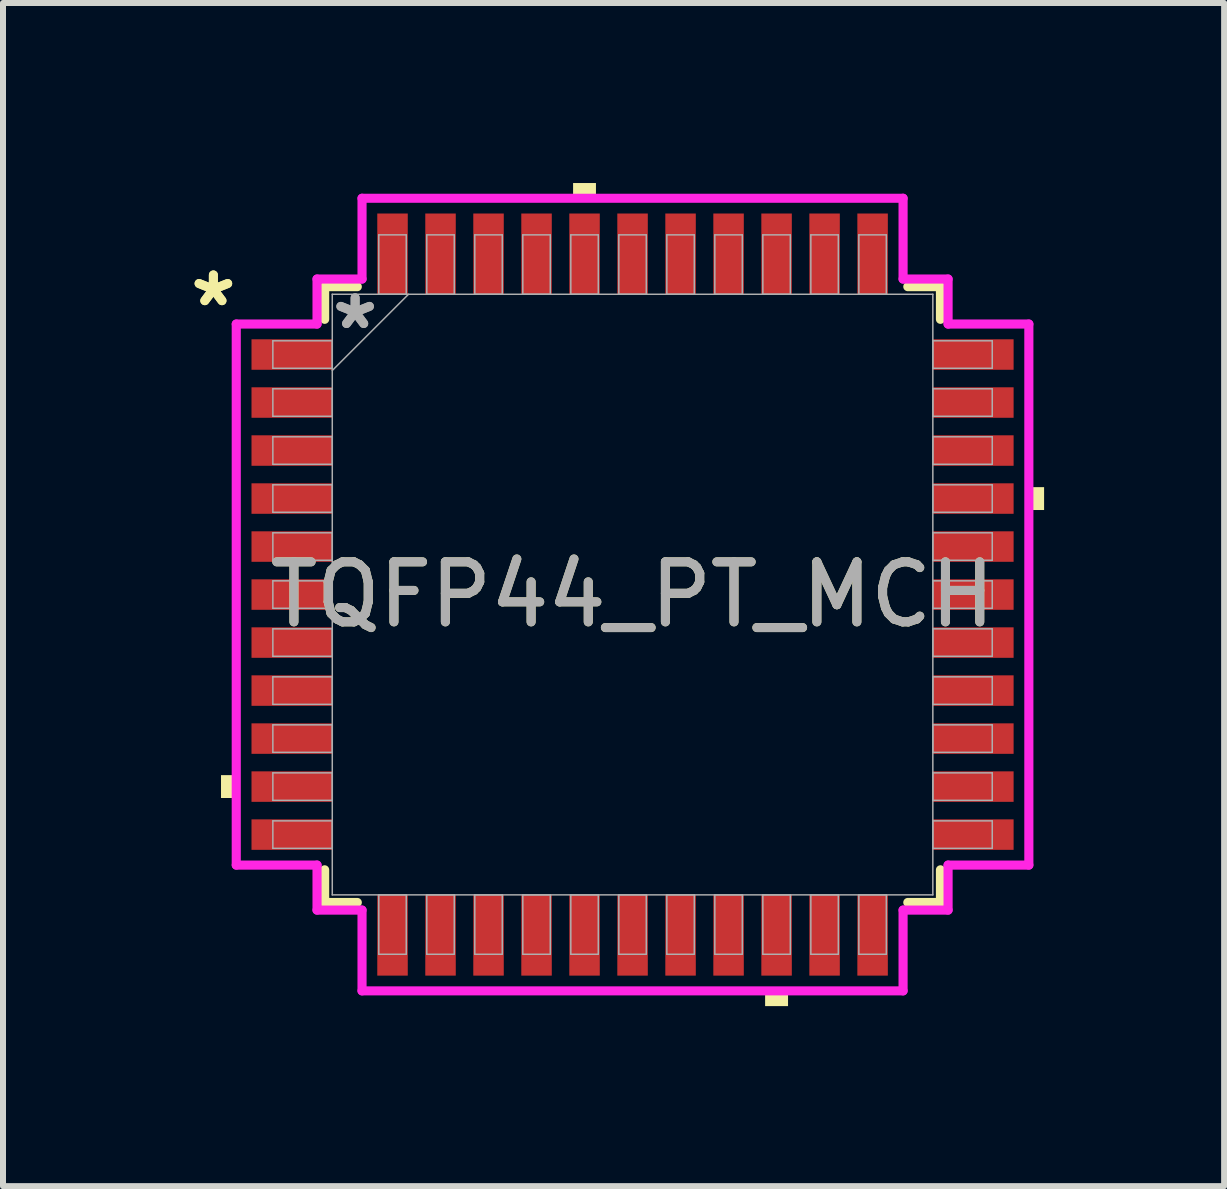
<source format=kicad_pcb>
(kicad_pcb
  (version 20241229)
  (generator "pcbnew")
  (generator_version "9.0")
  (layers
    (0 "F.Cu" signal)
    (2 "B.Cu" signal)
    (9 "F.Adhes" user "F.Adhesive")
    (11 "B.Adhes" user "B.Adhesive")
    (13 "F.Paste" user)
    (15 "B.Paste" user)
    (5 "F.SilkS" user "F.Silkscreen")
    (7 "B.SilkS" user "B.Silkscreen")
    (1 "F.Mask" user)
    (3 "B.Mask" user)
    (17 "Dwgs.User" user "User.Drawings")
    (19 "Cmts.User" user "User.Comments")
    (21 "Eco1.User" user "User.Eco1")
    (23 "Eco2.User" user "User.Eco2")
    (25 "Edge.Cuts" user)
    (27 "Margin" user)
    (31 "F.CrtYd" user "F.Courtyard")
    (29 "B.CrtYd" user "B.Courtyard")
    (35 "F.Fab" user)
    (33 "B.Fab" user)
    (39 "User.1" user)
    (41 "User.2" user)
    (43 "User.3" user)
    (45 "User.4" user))
  (footprint "TQFP44_PT_MCH"
    (layer "F.Cu")
    (at 7.491 6.858)
    (property "Reference" "TQFP44_PT_MCH" (at 0 0 0) (unlocked yes) (layer "F.SilkS") (effects (font (size 1 1) (thickness 0.15))))
    (attr smd)
    (fp_line (start -5.131 -5.131) (end -5.131 -4.587) (stroke (width 0.152) (type solid)) (layer "F.SilkS"))
    (fp_line (start -5.131 4.587) (end -5.131 5.131) (stroke (width 0.152) (type solid)) (layer "F.SilkS"))
    (fp_line (start -5.131 5.131) (end -4.587 5.131) (stroke (width 0.152) (type solid)) (layer "F.SilkS"))
    (fp_line (start -4.587 -5.131) (end -5.131 -5.131) (stroke (width 0.152) (type solid)) (layer "F.SilkS"))
    (fp_line (start 4.587 5.131) (end 5.131 5.131) (stroke (width 0.152) (type solid)) (layer "F.SilkS"))
    (fp_line (start 5.131 -5.131) (end 4.587 -5.131) (stroke (width 0.152) (type solid)) (layer "F.SilkS"))
    (fp_line (start 5.131 -4.587) (end 5.131 -5.131) (stroke (width 0.152) (type solid)) (layer "F.SilkS"))
    (fp_line (start 5.131 5.131) (end 5.131 4.587) (stroke (width 0.152) (type solid)) (layer "F.SilkS"))
    (fp_poly (pts (xy -6.858 3.009) (xy -6.858 3.39) (xy -6.604 3.39) (xy -6.604 3.009)) (stroke (width 0) (type solid)) (fill yes) (layer "F.SilkS"))
    (fp_poly (pts (xy -0.991 -6.604) (xy -0.991 -6.858) (xy -0.61 -6.858) (xy -0.61 -6.604)) (stroke (width 0) (type solid)) (fill yes) (layer "F.SilkS"))
    (fp_poly (pts (xy 2.209 6.604) (xy 2.209 6.858) (xy 2.591 6.858) (xy 2.591 6.604)) (stroke (width 0) (type solid)) (fill yes) (layer "F.SilkS"))
    (fp_poly (pts (xy 6.858 -1.79) (xy 6.858 -1.409) (xy 6.604 -1.409) (xy 6.604 -1.79)) (stroke (width 0) (type solid)) (fill yes) (layer "F.SilkS"))
    (fp_line (start -6.604 -4.508) (end -5.258 -4.508) (stroke (width 0.152) (type solid)) (layer "F.CrtYd"))
    (fp_line (start -6.604 4.508) (end -6.604 -4.508) (stroke (width 0.152) (type solid)) (layer "F.CrtYd"))
    (fp_line (start -5.258 -5.258) (end -4.508 -5.258) (stroke (width 0.152) (type solid)) (layer "F.CrtYd"))
    (fp_line (start -5.258 -4.508) (end -5.258 -5.258) (stroke (width 0.152) (type solid)) (layer "F.CrtYd"))
    (fp_line (start -5.258 4.508) (end -6.604 4.508) (stroke (width 0.152) (type solid)) (layer "F.CrtYd"))
    (fp_line (start -5.258 5.258) (end -5.258 4.508) (stroke (width 0.152) (type solid)) (layer "F.CrtYd"))
    (fp_line (start -5.258 5.258) (end -4.508 5.258) (stroke (width 0.152) (type solid)) (layer "F.CrtYd"))
    (fp_line (start -4.508 -6.604) (end 4.508 -6.604) (stroke (width 0.152) (type solid)) (layer "F.CrtYd"))
    (fp_line (start -4.508 -5.258) (end -4.508 -6.604) (stroke (width 0.152) (type solid)) (layer "F.CrtYd"))
    (fp_line (start -4.508 5.258) (end -4.508 6.604) (stroke (width 0.152) (type solid)) (layer "F.CrtYd"))
    (fp_line (start -4.508 6.604) (end 4.508 6.604) (stroke (width 0.152) (type solid)) (layer "F.CrtYd"))
    (fp_line (start 4.508 -6.604) (end 4.508 -5.258) (stroke (width 0.152) (type solid)) (layer "F.CrtYd"))
    (fp_line (start 4.508 -5.258) (end 5.258 -5.258) (stroke (width 0.152) (type solid)) (layer "F.CrtYd"))
    (fp_line (start 4.508 5.258) (end 5.258 5.258) (stroke (width 0.152) (type solid)) (layer "F.CrtYd"))
    (fp_line (start 4.508 6.604) (end 4.508 5.258) (stroke (width 0.152) (type solid)) (layer "F.CrtYd"))
    (fp_line (start 5.258 -4.508) (end 5.258 -5.258) (stroke (width 0.152) (type solid)) (layer "F.CrtYd"))
    (fp_line (start 5.258 4.508) (end 6.604 4.508) (stroke (width 0.152) (type solid)) (layer "F.CrtYd"))
    (fp_line (start 5.258 5.258) (end 5.258 4.508) (stroke (width 0.152) (type solid)) (layer "F.CrtYd"))
    (fp_line (start 6.604 -4.508) (end 5.258 -4.508) (stroke (width 0.152) (type solid)) (layer "F.CrtYd"))
    (fp_line (start 6.604 4.508) (end 6.604 -4.508) (stroke (width 0.152) (type solid)) (layer "F.CrtYd"))
    (fp_line (start -5.994 -4.229) (end -5.994 -3.771) (stroke (width 0.025) (type solid)) (layer "F.Fab"))
    (fp_line (start -5.994 -3.771) (end -5.004 -3.771) (stroke (width 0.025) (type solid)) (layer "F.Fab"))
    (fp_line (start -5.994 -3.429) (end -5.994 -2.971) (stroke (width 0.025) (type solid)) (layer "F.Fab"))
    (fp_line (start -5.994 -2.971) (end -5.004 -2.971) (stroke (width 0.025) (type solid)) (layer "F.Fab"))
    (fp_line (start -5.994 -2.629) (end -5.994 -2.171) (stroke (width 0.025) (type solid)) (layer "F.Fab"))
    (fp_line (start -5.994 -2.171) (end -5.004 -2.171) (stroke (width 0.025) (type solid)) (layer "F.Fab"))
    (fp_line (start -5.994 -1.829) (end -5.994 -1.371) (stroke (width 0.025) (type solid)) (layer "F.Fab"))
    (fp_line (start -5.994 -1.371) (end -5.004 -1.371) (stroke (width 0.025) (type solid)) (layer "F.Fab"))
    (fp_line (start -5.994 -1.029) (end -5.994 -0.571) (stroke (width 0.025) (type solid)) (layer "F.Fab"))
    (fp_line (start -5.994 -0.571) (end -5.004 -0.571) (stroke (width 0.025) (type solid)) (layer "F.Fab"))
    (fp_line (start -5.994 -0.229) (end -5.994 0.229) (stroke (width 0.025) (type solid)) (layer "F.Fab"))
    (fp_line (start -5.994 0.229) (end -5.004 0.229) (stroke (width 0.025) (type solid)) (layer "F.Fab"))
    (fp_line (start -5.994 0.571) (end -5.994 1.029) (stroke (width 0.025) (type solid)) (layer "F.Fab"))
    (fp_line (start -5.994 1.029) (end -5.004 1.029) (stroke (width 0.025) (type solid)) (layer "F.Fab"))
    (fp_line (start -5.994 1.371) (end -5.994 1.829) (stroke (width 0.025) (type solid)) (layer "F.Fab"))
    (fp_line (start -5.994 1.829) (end -5.004 1.829) (stroke (width 0.025) (type solid)) (layer "F.Fab"))
    (fp_line (start -5.994 2.171) (end -5.994 2.629) (stroke (width 0.025) (type solid)) (layer "F.Fab"))
    (fp_line (start -5.994 2.629) (end -5.004 2.629) (stroke (width 0.025) (type solid)) (layer "F.Fab"))
    (fp_line (start -5.994 2.971) (end -5.994 3.429) (stroke (width 0.025) (type solid)) (layer "F.Fab"))
    (fp_line (start -5.994 3.429) (end -5.004 3.429) (stroke (width 0.025) (type solid)) (layer "F.Fab"))
    (fp_line (start -5.994 3.771) (end -5.994 4.229) (stroke (width 0.025) (type solid)) (layer "F.Fab"))
    (fp_line (start -5.994 4.229) (end -5.004 4.229) (stroke (width 0.025) (type solid)) (layer "F.Fab"))
    (fp_line (start -5.004 -5.004) (end -5.004 5.004) (stroke (width 0.025) (type solid)) (layer "F.Fab"))
    (fp_line (start -5.004 -4.229) (end -5.994 -4.229) (stroke (width 0.025) (type solid)) (layer "F.Fab"))
    (fp_line (start -5.004 -3.771) (end -5.004 -4.229) (stroke (width 0.025) (type solid)) (layer "F.Fab"))
    (fp_line (start -5.004 -3.734) (end -3.734 -5.004) (stroke (width 0.025) (type solid)) (layer "F.Fab"))
    (fp_line (start -5.004 -3.429) (end -5.994 -3.429) (stroke (width 0.025) (type solid)) (layer "F.Fab"))
    (fp_line (start -5.004 -2.971) (end -5.004 -3.429) (stroke (width 0.025) (type solid)) (layer "F.Fab"))
    (fp_line (start -5.004 -2.629) (end -5.994 -2.629) (stroke (width 0.025) (type solid)) (layer "F.Fab"))
    (fp_line (start -5.004 -2.171) (end -5.004 -2.629) (stroke (width 0.025) (type solid)) (layer "F.Fab"))
    (fp_line (start -5.004 -1.829) (end -5.994 -1.829) (stroke (width 0.025) (type solid)) (layer "F.Fab"))
    (fp_line (start -5.004 -1.371) (end -5.004 -1.829) (stroke (width 0.025) (type solid)) (layer "F.Fab"))
    (fp_line (start -5.004 -1.029) (end -5.994 -1.029) (stroke (width 0.025) (type solid)) (layer "F.Fab"))
    (fp_line (start -5.004 -0.571) (end -5.004 -1.029) (stroke (width 0.025) (type solid)) (layer "F.Fab"))
    (fp_line (start -5.004 -0.229) (end -5.994 -0.229) (stroke (width 0.025) (type solid)) (layer "F.Fab"))
    (fp_line (start -5.004 0.229) (end -5.004 -0.229) (stroke (width 0.025) (type solid)) (layer "F.Fab"))
    (fp_line (start -5.004 0.571) (end -5.994 0.571) (stroke (width 0.025) (type solid)) (layer "F.Fab"))
    (fp_line (start -5.004 1.029) (end -5.004 0.571) (stroke (width 0.025) (type solid)) (layer "F.Fab"))
    (fp_line (start -5.004 1.371) (end -5.994 1.371) (stroke (width 0.025) (type solid)) (layer "F.Fab"))
    (fp_line (start -5.004 1.829) (end -5.004 1.371) (stroke (width 0.025) (type solid)) (layer "F.Fab"))
    (fp_line (start -5.004 2.171) (end -5.994 2.171) (stroke (width 0.025) (type solid)) (layer "F.Fab"))
    (fp_line (start -5.004 2.629) (end -5.004 2.171) (stroke (width 0.025) (type solid)) (layer "F.Fab"))
    (fp_line (start -5.004 2.971) (end -5.994 2.971) (stroke (width 0.025) (type solid)) (layer "F.Fab"))
    (fp_line (start -5.004 3.429) (end -5.004 2.971) (stroke (width 0.025) (type solid)) (layer "F.Fab"))
    (fp_line (start -5.004 3.771) (end -5.994 3.771) (stroke (width 0.025) (type solid)) (layer "F.Fab"))
    (fp_line (start -5.004 4.229) (end -5.004 3.771) (stroke (width 0.025) (type solid)) (layer "F.Fab"))
    (fp_line (start -5.004 5.004) (end 5.004 5.004) (stroke (width 0.025) (type solid)) (layer "F.Fab"))
    (fp_line (start -4.229 5.004) (end -4.229 5.994) (stroke (width 0.025) (type solid)) (layer "F.Fab"))
    (fp_line (start -4.229 5.994) (end -3.771 5.994) (stroke (width 0.025) (type solid)) (layer "F.Fab"))
    (fp_line (start -4.229 -5.994) (end -4.229 -5.004) (stroke (width 0.025) (type solid)) (layer "F.Fab"))
    (fp_line (start -4.229 -5.004) (end -3.771 -5.004) (stroke (width 0.025) (type solid)) (layer "F.Fab"))
    (fp_line (start -3.771 5.004) (end -4.229 5.004) (stroke (width 0.025) (type solid)) (layer "F.Fab"))
    (fp_line (start -3.771 5.994) (end -3.771 5.004) (stroke (width 0.025) (type solid)) (layer "F.Fab"))
    (fp_line (start -3.771 -5.994) (end -4.229 -5.994) (stroke (width 0.025) (type solid)) (layer "F.Fab"))
    (fp_line (start -3.771 -5.004) (end -3.771 -5.994) (stroke (width 0.025) (type solid)) (layer "F.Fab"))
    (fp_line (start -3.429 -5.994) (end -3.429 -5.004) (stroke (width 0.025) (type solid)) (layer "F.Fab"))
    (fp_line (start -3.429 -5.004) (end -2.971 -5.004) (stroke (width 0.025) (type solid)) (layer "F.Fab"))
    (fp_line (start -3.429 5.004) (end -3.429 5.994) (stroke (width 0.025) (type solid)) (layer "F.Fab"))
    (fp_line (start -3.429 5.994) (end -2.971 5.994) (stroke (width 0.025) (type solid)) (layer "F.Fab"))
    (fp_line (start -2.971 -5.994) (end -3.429 -5.994) (stroke (width 0.025) (type solid)) (layer "F.Fab"))
    (fp_line (start -2.971 -5.004) (end -2.971 -5.994) (stroke (width 0.025) (type solid)) (layer "F.Fab"))
    (fp_line (start -2.971 5.004) (end -3.429 5.004) (stroke (width 0.025) (type solid)) (layer "F.Fab"))
    (fp_line (start -2.971 5.994) (end -2.971 5.004) (stroke (width 0.025) (type solid)) (layer "F.Fab"))
    (fp_line (start -2.629 -5.994) (end -2.629 -5.004) (stroke (width 0.025) (type solid)) (layer "F.Fab"))
    (fp_line (start -2.629 -5.004) (end -2.171 -5.004) (stroke (width 0.025) (type solid)) (layer "F.Fab"))
    (fp_line (start -2.629 5.004) (end -2.629 5.994) (stroke (width 0.025) (type solid)) (layer "F.Fab"))
    (fp_line (start -2.629 5.994) (end -2.171 5.994) (stroke (width 0.025) (type solid)) (layer "F.Fab"))
    (fp_line (start -2.171 -5.994) (end -2.629 -5.994) (stroke (width 0.025) (type solid)) (layer "F.Fab"))
    (fp_line (start -2.171 -5.004) (end -2.171 -5.994) (stroke (width 0.025) (type solid)) (layer "F.Fab"))
    (fp_line (start -2.171 5.004) (end -2.629 5.004) (stroke (width 0.025) (type solid)) (layer "F.Fab"))
    (fp_line (start -2.171 5.994) (end -2.171 5.004) (stroke (width 0.025) (type solid)) (layer "F.Fab"))
    (fp_line (start -1.829 -5.994) (end -1.829 -5.004) (stroke (width 0.025) (type solid)) (layer "F.Fab"))
    (fp_line (start -1.829 -5.004) (end -1.371 -5.004) (stroke (width 0.025) (type solid)) (layer "F.Fab"))
    (fp_line (start -1.829 5.004) (end -1.829 5.994) (stroke (width 0.025) (type solid)) (layer "F.Fab"))
    (fp_line (start -1.829 5.994) (end -1.371 5.994) (stroke (width 0.025) (type solid)) (layer "F.Fab"))
    (fp_line (start -1.371 -5.994) (end -1.829 -5.994) (stroke (width 0.025) (type solid)) (layer "F.Fab"))
    (fp_line (start -1.371 -5.004) (end -1.371 -5.994) (stroke (width 0.025) (type solid)) (layer "F.Fab"))
    (fp_line (start -1.371 5.004) (end -1.829 5.004) (stroke (width 0.025) (type solid)) (layer "F.Fab"))
    (fp_line (start -1.371 5.994) (end -1.371 5.004) (stroke (width 0.025) (type solid)) (layer "F.Fab"))
    (fp_line (start -1.029 -5.994) (end -1.029 -5.004) (stroke (width 0.025) (type solid)) (layer "F.Fab"))
    (fp_line (start -1.029 -5.004) (end -0.571 -5.004) (stroke (width 0.025) (type solid)) (layer "F.Fab"))
    (fp_line (start -1.029 5.004) (end -1.029 5.994) (stroke (width 0.025) (type solid)) (layer "F.Fab"))
    (fp_line (start -1.029 5.994) (end -0.571 5.994) (stroke (width 0.025) (type solid)) (layer "F.Fab"))
    (fp_line (start -0.571 -5.994) (end -1.029 -5.994) (stroke (width 0.025) (type solid)) (layer "F.Fab"))
    (fp_line (start -0.571 -5.004) (end -0.571 -5.994) (stroke (width 0.025) (type solid)) (layer "F.Fab"))
    (fp_line (start -0.571 5.004) (end -1.029 5.004) (stroke (width 0.025) (type solid)) (layer "F.Fab"))
    (fp_line (start -0.571 5.994) (end -0.571 5.004) (stroke (width 0.025) (type solid)) (layer "F.Fab"))
    (fp_line (start -0.229 -5.994) (end -0.229 -5.004) (stroke (width 0.025) (type solid)) (layer "F.Fab"))
    (fp_line (start -0.229 -5.004) (end 0.229 -5.004) (stroke (width 0.025) (type solid)) (layer "F.Fab"))
    (fp_line (start -0.229 5.004) (end -0.229 5.994) (stroke (width 0.025) (type solid)) (layer "F.Fab"))
    (fp_line (start -0.229 5.994) (end 0.229 5.994) (stroke (width 0.025) (type solid)) (layer "F.Fab"))
    (fp_line (start 0.229 -5.994) (end -0.229 -5.994) (stroke (width 0.025) (type solid)) (layer "F.Fab"))
    (fp_line (start 0.229 -5.004) (end 0.229 -5.994) (stroke (width 0.025) (type solid)) (layer "F.Fab"))
    (fp_line (start 0.229 5.004) (end -0.229 5.004) (stroke (width 0.025) (type solid)) (layer "F.Fab"))
    (fp_line (start 0.229 5.994) (end 0.229 5.004) (stroke (width 0.025) (type solid)) (layer "F.Fab"))
    (fp_line (start 0.571 -5.994) (end 0.571 -5.004) (stroke (width 0.025) (type solid)) (layer "F.Fab"))
    (fp_line (start 0.571 -5.004) (end 1.029 -5.004) (stroke (width 0.025) (type solid)) (layer "F.Fab"))
    (fp_line (start 0.571 5.004) (end 0.571 5.994) (stroke (width 0.025) (type solid)) (layer "F.Fab"))
    (fp_line (start 0.571 5.994) (end 1.029 5.994) (stroke (width 0.025) (type solid)) (layer "F.Fab"))
    (fp_line (start 1.029 -5.994) (end 0.571 -5.994) (stroke (width 0.025) (type solid)) (layer "F.Fab"))
    (fp_line (start 1.029 -5.004) (end 1.029 -5.994) (stroke (width 0.025) (type solid)) (layer "F.Fab"))
    (fp_line (start 1.029 5.004) (end 0.571 5.004) (stroke (width 0.025) (type solid)) (layer "F.Fab"))
    (fp_line (start 1.029 5.994) (end 1.029 5.004) (stroke (width 0.025) (type solid)) (layer "F.Fab"))
    (fp_line (start 1.371 -5.994) (end 1.371 -5.004) (stroke (width 0.025) (type solid)) (layer "F.Fab"))
    (fp_line (start 1.371 -5.004) (end 1.829 -5.004) (stroke (width 0.025) (type solid)) (layer "F.Fab"))
    (fp_line (start 1.371 5.004) (end 1.371 5.994) (stroke (width 0.025) (type solid)) (layer "F.Fab"))
    (fp_line (start 1.371 5.994) (end 1.829 5.994) (stroke (width 0.025) (type solid)) (layer "F.Fab"))
    (fp_line (start 1.829 -5.994) (end 1.371 -5.994) (stroke (width 0.025) (type solid)) (layer "F.Fab"))
    (fp_line (start 1.829 -5.004) (end 1.829 -5.994) (stroke (width 0.025) (type solid)) (layer "F.Fab"))
    (fp_line (start 1.829 5.004) (end 1.371 5.004) (stroke (width 0.025) (type solid)) (layer "F.Fab"))
    (fp_line (start 1.829 5.994) (end 1.829 5.004) (stroke (width 0.025) (type solid)) (layer "F.Fab"))
    (fp_line (start 2.171 -5.994) (end 2.171 -5.004) (stroke (width 0.025) (type solid)) (layer "F.Fab"))
    (fp_line (start 2.171 -5.004) (end 2.629 -5.004) (stroke (width 0.025) (type solid)) (layer "F.Fab"))
    (fp_line (start 2.171 5.004) (end 2.171 5.994) (stroke (width 0.025) (type solid)) (layer "F.Fab"))
    (fp_line (start 2.171 5.994) (end 2.629 5.994) (stroke (width 0.025) (type solid)) (layer "F.Fab"))
    (fp_line (start 2.629 -5.994) (end 2.171 -5.994) (stroke (width 0.025) (type solid)) (layer "F.Fab"))
    (fp_line (start 2.629 -5.004) (end 2.629 -5.994) (stroke (width 0.025) (type solid)) (layer "F.Fab"))
    (fp_line (start 2.629 5.004) (end 2.171 5.004) (stroke (width 0.025) (type solid)) (layer "F.Fab"))
    (fp_line (start 2.629 5.994) (end 2.629 5.004) (stroke (width 0.025) (type solid)) (layer "F.Fab"))
    (fp_line (start 2.971 -5.994) (end 2.971 -5.004) (stroke (width 0.025) (type solid)) (layer "F.Fab"))
    (fp_line (start 2.971 -5.004) (end 3.429 -5.004) (stroke (width 0.025) (type solid)) (layer "F.Fab"))
    (fp_line (start 2.971 5.004) (end 2.971 5.994) (stroke (width 0.025) (type solid)) (layer "F.Fab"))
    (fp_line (start 2.971 5.994) (end 3.429 5.994) (stroke (width 0.025) (type solid)) (layer "F.Fab"))
    (fp_line (start 3.429 -5.994) (end 2.971 -5.994) (stroke (width 0.025) (type solid)) (layer "F.Fab"))
    (fp_line (start 3.429 -5.004) (end 3.429 -5.994) (stroke (width 0.025) (type solid)) (layer "F.Fab"))
    (fp_line (start 3.429 5.004) (end 2.971 5.004) (stroke (width 0.025) (type solid)) (layer "F.Fab"))
    (fp_line (start 3.429 5.994) (end 3.429 5.004) (stroke (width 0.025) (type solid)) (layer "F.Fab"))
    (fp_line (start 3.771 5.004) (end 3.771 5.994) (stroke (width 0.025) (type solid)) (layer "F.Fab"))
    (fp_line (start 3.771 5.994) (end 4.229 5.994) (stroke (width 0.025) (type solid)) (layer "F.Fab"))
    (fp_line (start 3.771 -5.994) (end 3.771 -5.004) (stroke (width 0.025) (type solid)) (layer "F.Fab"))
    (fp_line (start 3.771 -5.004) (end 4.229 -5.004) (stroke (width 0.025) (type solid)) (layer "F.Fab"))
    (fp_line (start 4.229 5.004) (end 3.771 5.004) (stroke (width 0.025) (type solid)) (layer "F.Fab"))
    (fp_line (start 4.229 5.994) (end 4.229 5.004) (stroke (width 0.025) (type solid)) (layer "F.Fab"))
    (fp_line (start 4.229 -5.994) (end 3.771 -5.994) (stroke (width 0.025) (type solid)) (layer "F.Fab"))
    (fp_line (start 4.229 -5.004) (end 4.229 -5.994) (stroke (width 0.025) (type solid)) (layer "F.Fab"))
    (fp_line (start 5.004 -5.004) (end -5.004 -5.004) (stroke (width 0.025) (type solid)) (layer "F.Fab"))
    (fp_line (start 5.004 -4.229) (end 5.004 -3.771) (stroke (width 0.025) (type solid)) (layer "F.Fab"))
    (fp_line (start 5.004 -3.771) (end 5.994 -3.771) (stroke (width 0.025) (type solid)) (layer "F.Fab"))
    (fp_line (start 5.004 -3.429) (end 5.004 -2.971) (stroke (width 0.025) (type solid)) (layer "F.Fab"))
    (fp_line (start 5.004 -2.971) (end 5.994 -2.971) (stroke (width 0.025) (type solid)) (layer "F.Fab"))
    (fp_line (start 5.004 -2.629) (end 5.004 -2.171) (stroke (width 0.025) (type solid)) (layer "F.Fab"))
    (fp_line (start 5.004 -2.171) (end 5.994 -2.171) (stroke (width 0.025) (type solid)) (layer "F.Fab"))
    (fp_line (start 5.004 -1.829) (end 5.004 -1.371) (stroke (width 0.025) (type solid)) (layer "F.Fab"))
    (fp_line (start 5.004 -1.371) (end 5.994 -1.371) (stroke (width 0.025) (type solid)) (layer "F.Fab"))
    (fp_line (start 5.004 -1.029) (end 5.004 -0.571) (stroke (width 0.025) (type solid)) (layer "F.Fab"))
    (fp_line (start 5.004 -0.571) (end 5.994 -0.571) (stroke (width 0.025) (type solid)) (layer "F.Fab"))
    (fp_line (start 5.004 -0.229) (end 5.004 0.229) (stroke (width 0.025) (type solid)) (layer "F.Fab"))
    (fp_line (start 5.004 0.229) (end 5.994 0.229) (stroke (width 0.025) (type solid)) (layer "F.Fab"))
    (fp_line (start 5.004 0.571) (end 5.004 1.029) (stroke (width 0.025) (type solid)) (layer "F.Fab"))
    (fp_line (start 5.004 1.029) (end 5.994 1.029) (stroke (width 0.025) (type solid)) (layer "F.Fab"))
    (fp_line (start 5.004 1.371) (end 5.004 1.829) (stroke (width 0.025) (type solid)) (layer "F.Fab"))
    (fp_line (start 5.004 1.829) (end 5.994 1.829) (stroke (width 0.025) (type solid)) (layer "F.Fab"))
    (fp_line (start 5.004 2.171) (end 5.004 2.629) (stroke (width 0.025) (type solid)) (layer "F.Fab"))
    (fp_line (start 5.004 2.629) (end 5.994 2.629) (stroke (width 0.025) (type solid)) (layer "F.Fab"))
    (fp_line (start 5.004 2.971) (end 5.004 3.429) (stroke (width 0.025) (type solid)) (layer "F.Fab"))
    (fp_line (start 5.004 3.429) (end 5.994 3.429) (stroke (width 0.025) (type solid)) (layer "F.Fab"))
    (fp_line (start 5.004 3.771) (end 5.004 4.229) (stroke (width 0.025) (type solid)) (layer "F.Fab"))
    (fp_line (start 5.004 4.229) (end 5.994 4.229) (stroke (width 0.025) (type solid)) (layer "F.Fab"))
    (fp_line (start 5.004 5.004) (end 5.004 -5.004) (stroke (width 0.025) (type solid)) (layer "F.Fab"))
    (fp_line (start 5.994 -4.229) (end 5.004 -4.229) (stroke (width 0.025) (type solid)) (layer "F.Fab"))
    (fp_line (start 5.994 -3.771) (end 5.994 -4.229) (stroke (width 0.025) (type solid)) (layer "F.Fab"))
    (fp_line (start 5.994 -3.429) (end 5.004 -3.429) (stroke (width 0.025) (type solid)) (layer "F.Fab"))
    (fp_line (start 5.994 -2.971) (end 5.994 -3.429) (stroke (width 0.025) (type solid)) (layer "F.Fab"))
    (fp_line (start 5.994 -2.629) (end 5.004 -2.629) (stroke (width 0.025) (type solid)) (layer "F.Fab"))
    (fp_line (start 5.994 -2.171) (end 5.994 -2.629) (stroke (width 0.025) (type solid)) (layer "F.Fab"))
    (fp_line (start 5.994 -1.829) (end 5.004 -1.829) (stroke (width 0.025) (type solid)) (layer "F.Fab"))
    (fp_line (start 5.994 -1.371) (end 5.994 -1.829) (stroke (width 0.025) (type solid)) (layer "F.Fab"))
    (fp_line (start 5.994 -1.029) (end 5.004 -1.029) (stroke (width 0.025) (type solid)) (layer "F.Fab"))
    (fp_line (start 5.994 -0.571) (end 5.994 -1.029) (stroke (width 0.025) (type solid)) (layer "F.Fab"))
    (fp_line (start 5.994 -0.229) (end 5.004 -0.229) (stroke (width 0.025) (type solid)) (layer "F.Fab"))
    (fp_line (start 5.994 0.229) (end 5.994 -0.229) (stroke (width 0.025) (type solid)) (layer "F.Fab"))
    (fp_line (start 5.994 0.571) (end 5.004 0.571) (stroke (width 0.025) (type solid)) (layer "F.Fab"))
    (fp_line (start 5.994 1.029) (end 5.994 0.571) (stroke (width 0.025) (type solid)) (layer "F.Fab"))
    (fp_line (start 5.994 1.371) (end 5.004 1.371) (stroke (width 0.025) (type solid)) (layer "F.Fab"))
    (fp_line (start 5.994 1.829) (end 5.994 1.371) (stroke (width 0.025) (type solid)) (layer "F.Fab"))
    (fp_line (start 5.994 2.171) (end 5.004 2.171) (stroke (width 0.025) (type solid)) (layer "F.Fab"))
    (fp_line (start 5.994 2.629) (end 5.994 2.171) (stroke (width 0.025) (type solid)) (layer "F.Fab"))
    (fp_line (start 5.994 2.971) (end 5.004 2.971) (stroke (width 0.025) (type solid)) (layer "F.Fab"))
    (fp_line (start 5.994 3.429) (end 5.994 2.971) (stroke (width 0.025) (type solid)) (layer "F.Fab"))
    (fp_line (start 5.994 3.771) (end 5.004 3.771) (stroke (width 0.025) (type solid)) (layer "F.Fab"))
    (fp_line (start 5.994 4.229) (end 5.994 3.771) (stroke (width 0.025) (type solid)) (layer "F.Fab"))
    (fp_text user "*" (at -6.985 -4.781 0) (layer "F.SilkS") (effects (font (size 1 1) (thickness 0.15))))
    (fp_text user "*" (at -6.985 -4.781 0) (unlocked yes) (layer "F.SilkS") (effects (font (size 1 1) (thickness 0.15))))
    (fp_text user "*" (at -4.623 -4.4 0) (unlocked yes) (layer "F.Fab") (effects (font (size 1 1) (thickness 0.15))))
    (fp_text user "${REFERENCE}" (at 0 0 0) (unlocked yes) (layer "F.Fab") (effects (font (size 1 1) (thickness 0.15))))
    (fp_text user "*" (at -4.623 -4.4 0) (layer "F.Fab") (effects (font (size 1 1) (thickness 0.15))))
    (pad "1" smd rect (at -5.677 -4 90) (size 0.508 1.346) (layers "F.Cu" "F.Mask" "F.Paste"))
    (pad "2" smd rect (at -5.677 -3.2 90) (size 0.508 1.346) (layers "F.Cu" "F.Mask" "F.Paste"))
    (pad "3" smd rect (at -5.677 -2.4 90) (size 0.508 1.346) (layers "F.Cu" "F.Mask" "F.Paste"))
    (pad "4" smd rect (at -5.677 -1.6 90) (size 0.508 1.346) (layers "F.Cu" "F.Mask" "F.Paste"))
    (pad "5" smd rect (at -5.677 -0.8 90) (size 0.508 1.346) (layers "F.Cu" "F.Mask" "F.Paste"))
    (pad "6" smd rect (at -5.677 0 90) (size 0.508 1.346) (layers "F.Cu" "F.Mask" "F.Paste"))
    (pad "7" smd rect (at -5.677 0.8 90) (size 0.508 1.346) (layers "F.Cu" "F.Mask" "F.Paste"))
    (pad "8" smd rect (at -5.677 1.6 90) (size 0.508 1.346) (layers "F.Cu" "F.Mask" "F.Paste"))
    (pad "9" smd rect (at -5.677 2.4 90) (size 0.508 1.346) (layers "F.Cu" "F.Mask" "F.Paste"))
    (pad "10" smd rect (at -5.677 3.2 90) (size 0.508 1.346) (layers "F.Cu" "F.Mask" "F.Paste"))
    (pad "11" smd rect (at -5.677 4 90) (size 0.508 1.346) (layers "F.Cu" "F.Mask" "F.Paste"))
    (pad "12" smd rect (at -4 5.677) (size 0.508 1.346) (layers "F.Cu" "F.Mask" "F.Paste"))
    (pad "13" smd rect (at -3.2 5.677) (size 0.508 1.346) (layers "F.Cu" "F.Mask" "F.Paste"))
    (pad "14" smd rect (at -2.4 5.677) (size 0.508 1.346) (layers "F.Cu" "F.Mask" "F.Paste"))
    (pad "15" smd rect (at -1.6 5.677) (size 0.508 1.346) (layers "F.Cu" "F.Mask" "F.Paste"))
    (pad "16" smd rect (at -0.8 5.677) (size 0.508 1.346) (layers "F.Cu" "F.Mask" "F.Paste"))
    (pad "17" smd rect (at 0 5.677) (size 0.508 1.346) (layers "F.Cu" "F.Mask" "F.Paste"))
    (pad "18" smd rect (at 0.8 5.677) (size 0.508 1.346) (layers "F.Cu" "F.Mask" "F.Paste"))
    (pad "19" smd rect (at 1.6 5.677) (size 0.508 1.346) (layers "F.Cu" "F.Mask" "F.Paste"))
    (pad "20" smd rect (at 2.4 5.677) (size 0.508 1.346) (layers "F.Cu" "F.Mask" "F.Paste"))
    (pad "21" smd rect (at 3.2 5.677) (size 0.508 1.346) (layers "F.Cu" "F.Mask" "F.Paste"))
    (pad "22" smd rect (at 4 5.677) (size 0.508 1.346) (layers "F.Cu" "F.Mask" "F.Paste"))
    (pad "23" smd rect (at 5.677 4 90) (size 0.508 1.346) (layers "F.Cu" "F.Mask" "F.Paste"))
    (pad "24" smd rect (at 5.677 3.2 90) (size 0.508 1.346) (layers "F.Cu" "F.Mask" "F.Paste"))
    (pad "25" smd rect (at 5.677 2.4 90) (size 0.508 1.346) (layers "F.Cu" "F.Mask" "F.Paste"))
    (pad "26" smd rect (at 5.677 1.6 90) (size 0.508 1.346) (layers "F.Cu" "F.Mask" "F.Paste"))
    (pad "27" smd rect (at 5.677 0.8 90) (size 0.508 1.346) (layers "F.Cu" "F.Mask" "F.Paste"))
    (pad "28" smd rect (at 5.677 0 90) (size 0.508 1.346) (layers "F.Cu" "F.Mask" "F.Paste"))
    (pad "29" smd rect (at 5.677 -0.8 90) (size 0.508 1.346) (layers "F.Cu" "F.Mask" "F.Paste"))
    (pad "30" smd rect (at 5.677 -1.6 90) (size 0.508 1.346) (layers "F.Cu" "F.Mask" "F.Paste"))
    (pad "31" smd rect (at 5.677 -2.4 90) (size 0.508 1.346) (layers "F.Cu" "F.Mask" "F.Paste"))
    (pad "32" smd rect (at 5.677 -3.2 90) (size 0.508 1.346) (layers "F.Cu" "F.Mask" "F.Paste"))
    (pad "33" smd rect (at 5.677 -4 90) (size 0.508 1.346) (layers "F.Cu" "F.Mask" "F.Paste"))
    (pad "34" smd rect (at 4 -5.677) (size 0.508 1.346) (layers "F.Cu" "F.Mask" "F.Paste"))
    (pad "35" smd rect (at 3.2 -5.677) (size 0.508 1.346) (layers "F.Cu" "F.Mask" "F.Paste"))
    (pad "36" smd rect (at 2.4 -5.677) (size 0.508 1.346) (layers "F.Cu" "F.Mask" "F.Paste"))
    (pad "37" smd rect (at 1.6 -5.677) (size 0.508 1.346) (layers "F.Cu" "F.Mask" "F.Paste"))
    (pad "38" smd rect (at 0.8 -5.677) (size 0.508 1.346) (layers "F.Cu" "F.Mask" "F.Paste"))
    (pad "39" smd rect (at 0 -5.677) (size 0.508 1.346) (layers "F.Cu" "F.Mask" "F.Paste"))
    (pad "40" smd rect (at -0.8 -5.677) (size 0.508 1.346) (layers "F.Cu" "F.Mask" "F.Paste"))
    (pad "41" smd rect (at -1.6 -5.677) (size 0.508 1.346) (layers "F.Cu" "F.Mask" "F.Paste"))
    (pad "42" smd rect (at -2.4 -5.677) (size 0.508 1.346) (layers "F.Cu" "F.Mask" "F.Paste"))
    (pad "43" smd rect (at -3.2 -5.677) (size 0.508 1.346) (layers "F.Cu" "F.Mask" "F.Paste"))
    (pad "44" smd rect (at -4 -5.677) (size 0.508 1.346) (layers "F.Cu" "F.Mask" "F.Paste")))
  (gr_rect
    (start -3 -3)
    (end 17.349 16.716)
    (stroke (width 0.1) (type default))
    (fill no)
    (layer "Edge.Cuts")))
</source>
